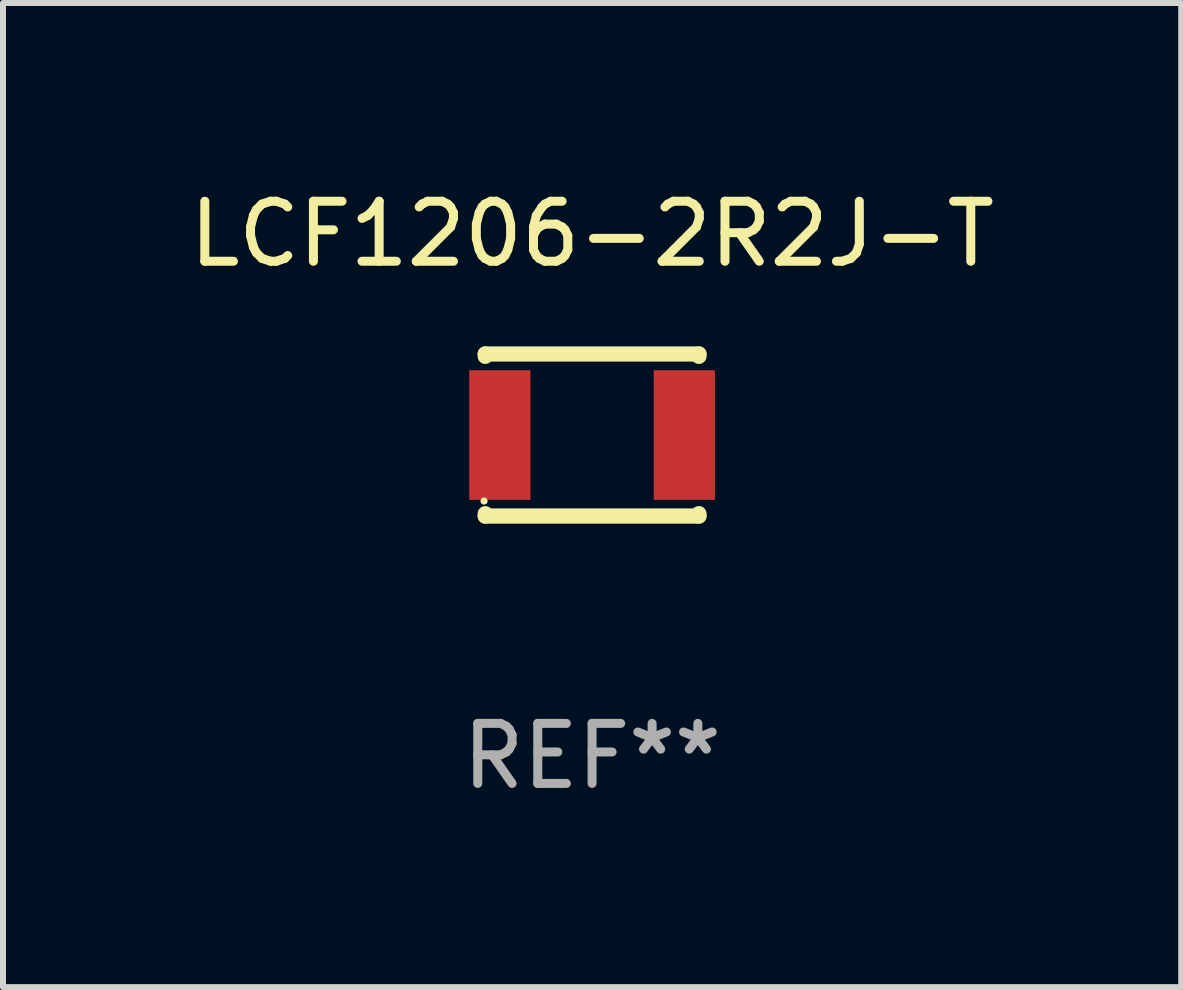
<source format=kicad_pcb>
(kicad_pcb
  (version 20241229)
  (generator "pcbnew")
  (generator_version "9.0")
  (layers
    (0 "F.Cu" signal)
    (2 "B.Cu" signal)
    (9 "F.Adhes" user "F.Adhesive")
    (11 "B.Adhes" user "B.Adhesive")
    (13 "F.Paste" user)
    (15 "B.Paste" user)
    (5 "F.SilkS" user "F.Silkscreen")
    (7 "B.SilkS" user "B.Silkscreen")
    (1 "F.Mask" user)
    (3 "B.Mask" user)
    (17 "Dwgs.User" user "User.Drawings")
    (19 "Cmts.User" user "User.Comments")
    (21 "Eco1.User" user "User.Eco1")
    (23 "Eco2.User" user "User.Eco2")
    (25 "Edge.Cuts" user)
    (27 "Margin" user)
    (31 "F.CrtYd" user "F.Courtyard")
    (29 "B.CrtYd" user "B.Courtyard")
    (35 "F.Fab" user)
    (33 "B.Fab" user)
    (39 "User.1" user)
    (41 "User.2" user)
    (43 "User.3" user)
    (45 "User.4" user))
  (footprint "LCF1206-2R2J-T"
    (layer "F.Cu")
    (at 6.815 4.198)
    (property "Reference" "LCF1206-2R2J-T" (at 0 -3.35 0) (layer "F.SilkS") (effects (font (size 1 1) (thickness 0.15))))
    (attr through_hole)
    (fp_line (start -1.78 -1.35) (end 1.78 -1.35) (stroke (width 0.254) (type solid)) (layer "F.SilkS"))
    (fp_line (start -1.78 -1.311) (end -1.78 -1.35) (stroke (width 0.254) (type solid)) (layer "F.SilkS"))
    (fp_line (start -1.78 1.35) (end -1.78 1.311) (stroke (width 0.254) (type solid)) (layer "F.SilkS"))
    (fp_line (start -1.78 1.35) (end 1.78 1.35) (stroke (width 0.254) (type solid)) (layer "F.SilkS"))
    (fp_line (start 1.78 -1.35) (end 1.78 -1.311) (stroke (width 0.254) (type solid)) (layer "F.SilkS"))
    (fp_line (start 1.78 1.311) (end 1.78 1.35) (stroke (width 0.254) (type solid)) (layer "F.SilkS"))
    (fp_circle (center -1.8 1.1) (end -1.77 1.1) (stroke (width 0.06) (type solid)) (fill no) (layer "F.SilkS"))
    (fp_text user "REF**" (at 0 5.35 0) (layer "F.Fab") (effects (font (size 1 1) (thickness 0.15))))
    (pad "1" smd rect (at -1.537 0 90) (size 2.16 1.02) (layers "F.Cu" "F.Mask" "F.Paste"))
    (pad "2" smd rect (at 1.537 0 90) (size 2.16 1.02) (layers "F.Cu" "F.Mask" "F.Paste")))
  (gr_rect
    (start -3 -3)
    (end 16.631 13.397)
    (stroke (width 0.1) (type default))
    (fill no)
    (layer "Edge.Cuts")))
</source>
